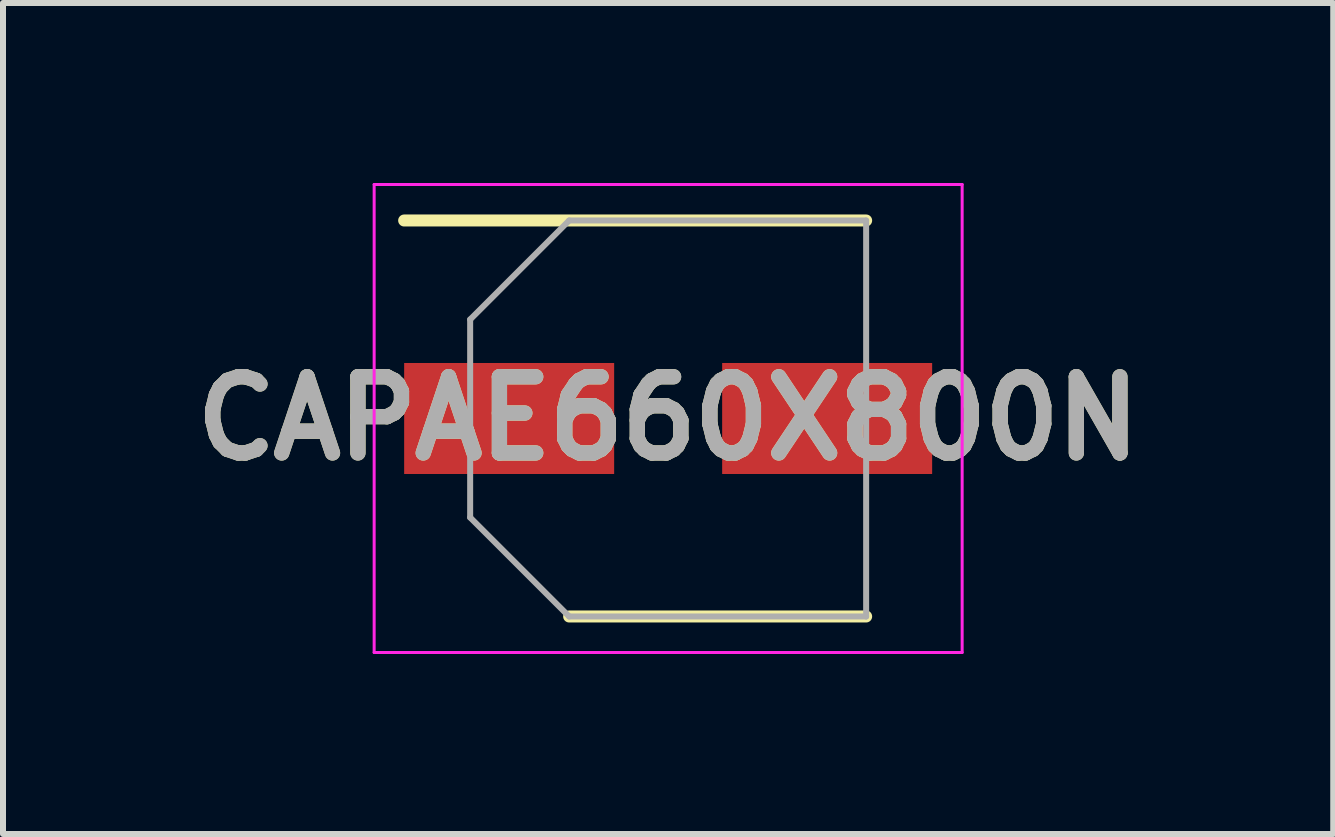
<source format=kicad_pcb>
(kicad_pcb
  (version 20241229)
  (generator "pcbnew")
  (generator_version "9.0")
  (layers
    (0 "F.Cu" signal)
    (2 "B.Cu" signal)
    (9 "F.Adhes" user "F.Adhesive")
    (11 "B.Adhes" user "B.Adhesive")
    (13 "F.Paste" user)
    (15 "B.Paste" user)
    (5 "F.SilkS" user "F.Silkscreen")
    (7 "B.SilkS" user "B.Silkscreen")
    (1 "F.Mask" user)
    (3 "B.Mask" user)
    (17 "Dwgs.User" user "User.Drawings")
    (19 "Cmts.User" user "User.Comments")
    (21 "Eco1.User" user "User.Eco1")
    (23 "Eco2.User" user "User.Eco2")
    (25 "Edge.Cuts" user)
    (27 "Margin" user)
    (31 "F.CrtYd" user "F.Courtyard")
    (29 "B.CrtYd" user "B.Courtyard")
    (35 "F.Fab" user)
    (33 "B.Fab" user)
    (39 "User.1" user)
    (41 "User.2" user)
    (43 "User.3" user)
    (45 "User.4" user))
  (footprint "CAPAE660X800N"
    (layer "F.Cu")
    (at 8.086 3.925)
    (property "Reference" "CAPAE660X800N" (at 0 0 0) (layer "F.SilkS") (effects (font (size 1.27 1.27) (thickness 0.254))))
    (attr smd)
    (fp_line (start -4.4 -3.3) (end 3.3 -3.3) (stroke (width 0.2) (type solid)) (layer "F.SilkS"))
    (fp_line (start -1.65 3.3) (end 3.3 3.3) (stroke (width 0.2) (type solid)) (layer "F.SilkS"))
    (fp_line (start -4.9 -3.9) (end 4.9 -3.9) (stroke (width 0.05) (type solid)) (layer "F.CrtYd"))
    (fp_line (start -4.9 3.9) (end -4.9 -3.9) (stroke (width 0.05) (type solid)) (layer "F.CrtYd"))
    (fp_line (start 4.9 -3.9) (end 4.9 3.9) (stroke (width 0.05) (type solid)) (layer "F.CrtYd"))
    (fp_line (start 4.9 3.9) (end -4.9 3.9) (stroke (width 0.05) (type solid)) (layer "F.CrtYd"))
    (fp_line (start -3.3 -1.65) (end -3.3 1.65) (stroke (width 0.1) (type solid)) (layer "F.Fab"))
    (fp_line (start -3.3 1.65) (end -1.65 3.3) (stroke (width 0.1) (type solid)) (layer "F.Fab"))
    (fp_line (start -1.65 -3.3) (end -3.3 -1.65) (stroke (width 0.1) (type solid)) (layer "F.Fab"))
    (fp_line (start -1.65 3.3) (end 3.3 3.3) (stroke (width 0.1) (type solid)) (layer "F.Fab"))
    (fp_line (start 3.3 -3.3) (end -1.65 -3.3) (stroke (width 0.1) (type solid)) (layer "F.Fab"))
    (fp_line (start 3.3 3.3) (end 3.3 -3.3) (stroke (width 0.1) (type solid)) (layer "F.Fab"))
    (fp_text user "${REFERENCE}" (at 0 0 0) (layer "F.Fab") (effects (font (size 1.27 1.27) (thickness 0.254))))
    (pad "1" smd rect (at -2.65 0 90) (size 1.85 3.5) (layers "F.Cu" "F.Mask" "F.Paste"))
    (pad "2" smd rect (at 2.65 0 90) (size 1.85 3.5) (layers "F.Cu" "F.Mask" "F.Paste")))
  (gr_rect
    (start -3 -3)
    (end 19.171 10.85)
    (stroke (width 0.1) (type default))
    (fill no)
    (layer "Edge.Cuts")))
</source>
